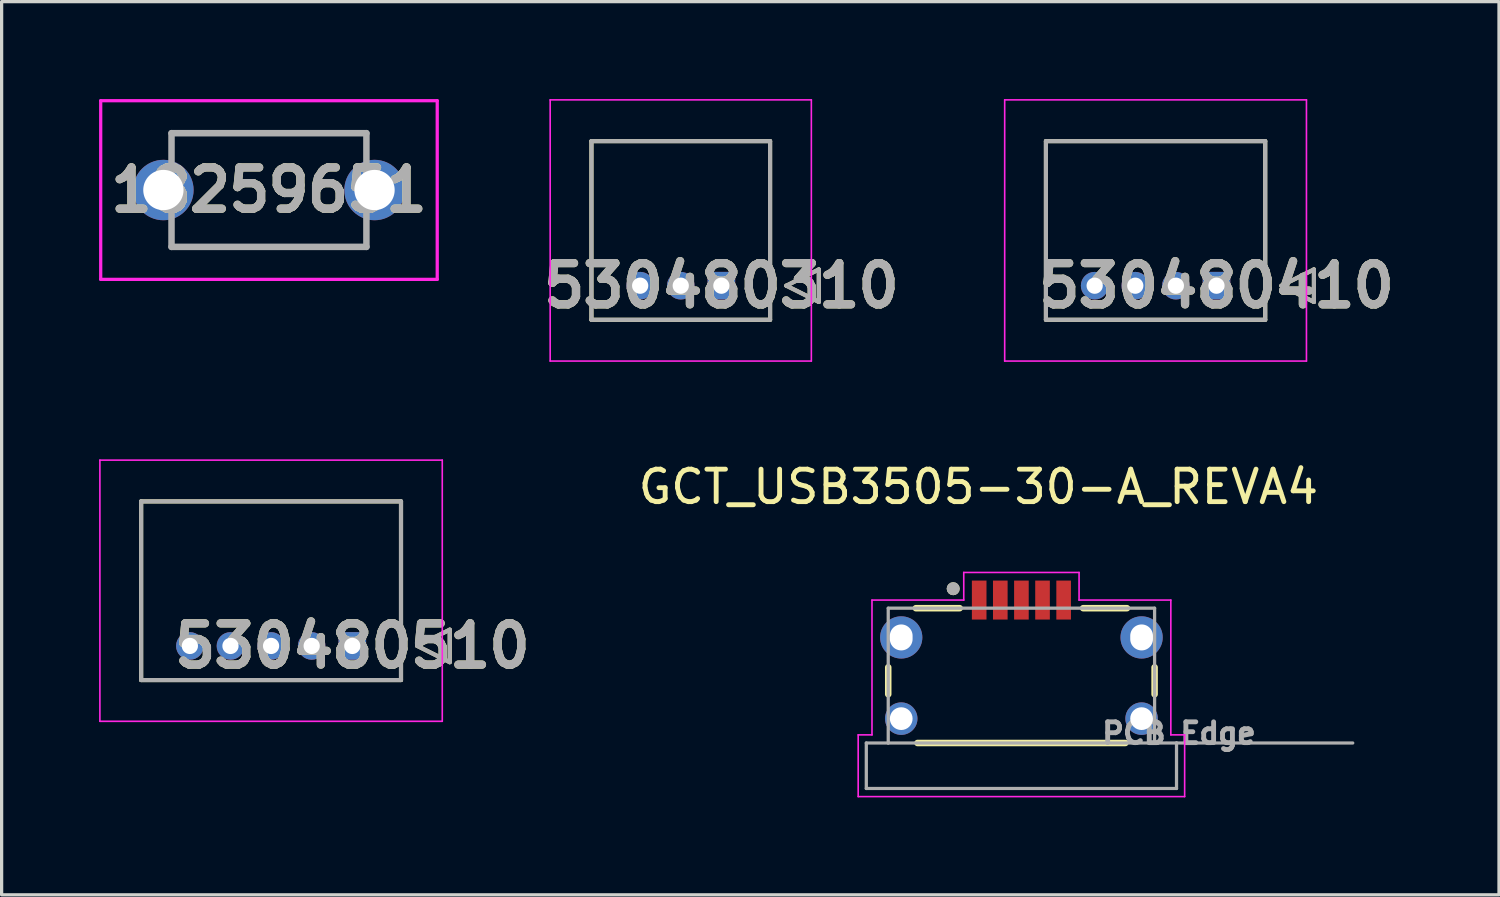
<source format=kicad_pcb>
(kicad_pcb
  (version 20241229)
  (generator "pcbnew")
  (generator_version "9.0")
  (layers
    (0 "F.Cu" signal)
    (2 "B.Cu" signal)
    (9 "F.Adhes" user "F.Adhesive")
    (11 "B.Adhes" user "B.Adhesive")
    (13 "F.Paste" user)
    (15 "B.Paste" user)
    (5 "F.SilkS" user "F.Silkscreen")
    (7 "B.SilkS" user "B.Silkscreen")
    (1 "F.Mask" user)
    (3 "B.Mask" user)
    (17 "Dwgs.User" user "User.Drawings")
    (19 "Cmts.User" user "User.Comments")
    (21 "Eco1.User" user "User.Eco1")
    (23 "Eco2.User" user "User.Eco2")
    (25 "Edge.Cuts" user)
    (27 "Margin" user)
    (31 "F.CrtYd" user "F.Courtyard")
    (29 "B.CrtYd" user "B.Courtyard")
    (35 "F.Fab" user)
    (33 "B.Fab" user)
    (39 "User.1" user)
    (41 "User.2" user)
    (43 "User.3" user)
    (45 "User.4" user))
  (footprint "530480510"
    (layer "F.Cu")
    (at 7.795 16.835)
    (property "Reference" "530480510" (at 0 0 0) (layer "F.SilkS") (effects (font (size 1.27 1.27) (thickness 0.254))))
    (attr through_hole)
    (fp_line (start -6.5 -4.45) (end 1.5 -4.45) (stroke (width 0.127) (type solid)) (layer "F.SilkS"))
    (fp_line (start -6.5 1.05) (end -6.5 -4.45) (stroke (width 0.127) (type solid)) (layer "F.SilkS"))
    (fp_line (start 1.5 -4.45) (end 1.5 1.05) (stroke (width 0.127) (type solid)) (layer "F.SilkS"))
    (fp_line (start 1.5 1.05) (end -6.5 1.05) (stroke (width 0.127) (type solid)) (layer "F.SilkS"))
    (fp_line (start 2 0) (end 3 -0.5) (stroke (width 0.127) (type solid)) (layer "F.SilkS"))
    (fp_line (start 3 -0.5) (end 3 0.5) (stroke (width 0.127) (type solid)) (layer "F.SilkS"))
    (fp_line (start 3 0.5) (end 2 0) (stroke (width 0.127) (type solid)) (layer "F.SilkS"))
    (fp_line (start -7.77 -5.72) (end 2.77 -5.72) (stroke (width 0.05) (type solid)) (layer "F.CrtYd"))
    (fp_line (start -7.77 2.32) (end -7.77 -5.72) (stroke (width 0.05) (type solid)) (layer "F.CrtYd"))
    (fp_line (start 2.77 -5.72) (end 2.77 2.32) (stroke (width 0.05) (type solid)) (layer "F.CrtYd"))
    (fp_line (start 2.77 2.32) (end -7.77 2.32) (stroke (width 0.05) (type solid)) (layer "F.CrtYd"))
    (fp_line (start -6.5 -4.45) (end 1.5 -4.45) (stroke (width 0.127) (type solid)) (layer "F.Fab"))
    (fp_line (start -6.5 1.05) (end -6.5 -4.45) (stroke (width 0.127) (type solid)) (layer "F.Fab"))
    (fp_line (start 1.5 -4.45) (end 1.5 1.05) (stroke (width 0.127) (type solid)) (layer "F.Fab"))
    (fp_line (start 1.5 1.05) (end -6.5 1.05) (stroke (width 0.127) (type solid)) (layer "F.Fab"))
    (fp_line (start 2 0) (end 3 -0.5) (stroke (width 0.127) (type solid)) (layer "F.Fab"))
    (fp_line (start 3 -0.5) (end 3 0.5) (stroke (width 0.127) (type solid)) (layer "F.Fab"))
    (fp_line (start 3 0.5) (end 2 0) (stroke (width 0.127) (type solid)) (layer "F.Fab"))
    (fp_text user "${REFERENCE}" (at 0 0 0) (layer "F.Fab") (effects (font (size 1.27 1.27) (thickness 0.254))))
    (pad "1" thru_hole rect (at 0 0) (size 0.85 0.85) (drill 0.5) (layers "*.Cu" "*.Mask"))
    (pad "2" thru_hole circle (at -1.25 0) (size 0.85 0.85) (drill 0.5) (layers "*.Cu" "*.Mask"))
    (pad "3" thru_hole circle (at -2.5 0) (size 0.85 0.85) (drill 0.5) (layers "*.Cu" "*.Mask"))
    (pad "4" thru_hole circle (at -3.75 0) (size 0.85 0.85) (drill 0.5) (layers "*.Cu" "*.Mask"))
    (pad "5" thru_hole circle (at -5 0) (size 0.85 0.85) (drill 0.5) (layers "*.Cu" "*.Mask")))
  (footprint "GCT_USB3505-30-A_REVA4"
    (layer "F.Cu")
    (at 28.394 16.573)
    (property "Reference" "GCT_USB3505-30-A_REVA4" (at -1.325 -4.635 0) (layer "F.SilkS") (effects (font (size 1 1) (thickness 0.15))))
    (attr smd)
    (fp_line (start -4.1 0.92) (end -4.1 1.75) (stroke (width 0.2) (type solid)) (layer "F.SilkS"))
    (fp_line (start -3.25 -0.9) (end -1.9 -0.9) (stroke (width 0.2) (type solid)) (layer "F.SilkS"))
    (fp_line (start -3.2 3.25) (end 3.2 3.25) (stroke (width 0.2) (type solid)) (layer "F.SilkS"))
    (fp_line (start 1.9 -0.9) (end 3.25 -0.9) (stroke (width 0.2) (type solid)) (layer "F.SilkS"))
    (fp_line (start 4.1 0.92) (end 4.1 1.75) (stroke (width 0.2) (type solid)) (layer "F.SilkS"))
    (fp_circle (center -2.1 -1.5) (end -2 -1.5) (stroke (width 0.2) (type solid)) (fill no) (layer "F.SilkS"))
    (fp_line (start -5.025 3) (end -4.6 3) (stroke (width 0.05) (type solid)) (layer "F.CrtYd"))
    (fp_line (start -5.025 4.9) (end -5.025 3) (stroke (width 0.05) (type solid)) (layer "F.CrtYd"))
    (fp_line (start -4.6 -1.15) (end -1.775 -1.15) (stroke (width 0.05) (type solid)) (layer "F.CrtYd"))
    (fp_line (start -4.6 3) (end -4.6 -1.15) (stroke (width 0.05) (type solid)) (layer "F.CrtYd"))
    (fp_line (start -1.775 -2) (end 1.775 -2) (stroke (width 0.05) (type solid)) (layer "F.CrtYd"))
    (fp_line (start -1.775 -1.15) (end -1.775 -2) (stroke (width 0.05) (type solid)) (layer "F.CrtYd"))
    (fp_line (start 1.775 -2) (end 1.775 -1.15) (stroke (width 0.05) (type solid)) (layer "F.CrtYd"))
    (fp_line (start 1.775 -1.15) (end 4.6 -1.15) (stroke (width 0.05) (type solid)) (layer "F.CrtYd"))
    (fp_line (start 4.6 -1.15) (end 4.6 3) (stroke (width 0.05) (type solid)) (layer "F.CrtYd"))
    (fp_line (start 4.6 3) (end 5.025 3) (stroke (width 0.05) (type solid)) (layer "F.CrtYd"))
    (fp_line (start 5.025 3) (end 5.025 4.9) (stroke (width 0.05) (type solid)) (layer "F.CrtYd"))
    (fp_line (start 5.025 4.9) (end -5.025 4.9) (stroke (width 0.05) (type solid)) (layer "F.CrtYd"))
    (fp_line (start -4.775 3.25) (end -4.1 3.25) (stroke (width 0.1) (type solid)) (layer "F.Fab"))
    (fp_line (start -4.775 4.65) (end -4.775 3.25) (stroke (width 0.1) (type solid)) (layer "F.Fab"))
    (fp_line (start -4.1 -0.9) (end 4.1 -0.9) (stroke (width 0.1) (type solid)) (layer "F.Fab"))
    (fp_line (start -4.1 3.25) (end -4.1 -0.9) (stroke (width 0.1) (type solid)) (layer "F.Fab"))
    (fp_line (start -4.1 3.25) (end 4.1 3.25) (stroke (width 0.1) (type solid)) (layer "F.Fab"))
    (fp_line (start 4.1 -0.9) (end 4.1 3.25) (stroke (width 0.1) (type solid)) (layer "F.Fab"))
    (fp_line (start 4.775 3.25) (end 4.1 3.25) (stroke (width 0.1) (type solid)) (layer "F.Fab"))
    (fp_line (start 4.775 3.25) (end 10.2 3.25) (stroke (width 0.1) (type solid)) (layer "F.Fab"))
    (fp_line (start 4.775 4.65) (end -4.775 4.65) (stroke (width 0.1) (type solid)) (layer "F.Fab"))
    (fp_line (start 4.775 4.65) (end 4.775 3.25) (stroke (width 0.1) (type solid)) (layer "F.Fab"))
    (fp_circle (center -2.1 -1.5) (end -2 -1.5) (stroke (width 0.2) (type solid)) (fill no) (layer "F.Fab"))
    (fp_text user "PCB Edge" (at 4.85 2.95 0) (layer "F.Fab") (effects (font (size 0.64 0.64) (thickness 0.15))))
    (pad "1" smd rect (at -1.3 -1.15) (size 0.45 1.2) (layers "F.Cu" "F.Mask" "F.Paste"))
    (pad "2" smd rect (at -0.65 -1.15) (size 0.45 1.2) (layers "F.Cu" "F.Mask" "F.Paste"))
    (pad "3" smd rect (at 0 -1.15) (size 0.45 1.2) (layers "F.Cu" "F.Mask" "F.Paste"))
    (pad "4" smd rect (at 0.65 -1.15) (size 0.45 1.2) (layers "F.Cu" "F.Mask" "F.Paste"))
    (pad "5" smd rect (at 1.3 -1.15) (size 0.45 1.2) (layers "F.Cu" "F.Mask" "F.Paste"))
    (pad "S1" thru_hole circle (at -3.7 0) (size 1.3 1.3) (drill oval 0.7 0.8) (layers "*.Cu" "*.Mask"))
    (pad "S2" thru_hole circle (at 3.7 0) (size 1.3 1.3) (drill oval 0.7 0.8) (layers "*.Cu" "*.Mask"))
    (pad "S3" thru_hole circle (at -3.7 2.5) (size 1 1) (drill 0.7) (layers "*.Cu" "*.Mask"))
    (pad "S4" thru_hole circle (at 3.7 2.5) (size 1 1) (drill 0.7) (layers "*.Cu" "*.Mask")))
  (footprint "530480310"
    (layer "F.Cu")
    (at 19.157 5.745)
    (property "Reference" "530480310" (at 0 0 0) (layer "F.SilkS") (effects (font (size 1.27 1.27) (thickness 0.254))))
    (attr through_hole)
    (fp_line (start -4 -4.45) (end 1.5 -4.45) (stroke (width 0.127) (type solid)) (layer "F.SilkS"))
    (fp_line (start -4 1.05) (end -4 -4.45) (stroke (width 0.127) (type solid)) (layer "F.SilkS"))
    (fp_line (start 1.5 -4.45) (end 1.5 1.05) (stroke (width 0.127) (type solid)) (layer "F.SilkS"))
    (fp_line (start 1.5 1.05) (end -4 1.05) (stroke (width 0.127) (type solid)) (layer "F.SilkS"))
    (fp_line (start 2 0) (end 3 -0.5) (stroke (width 0.127) (type solid)) (layer "F.SilkS"))
    (fp_line (start 3 -0.5) (end 3 0.5) (stroke (width 0.127) (type solid)) (layer "F.SilkS"))
    (fp_line (start 3 0.5) (end 2 0) (stroke (width 0.127) (type solid)) (layer "F.SilkS"))
    (fp_line (start -5.27 -5.72) (end 2.77 -5.72) (stroke (width 0.05) (type solid)) (layer "F.CrtYd"))
    (fp_line (start -5.27 2.32) (end -5.27 -5.72) (stroke (width 0.05) (type solid)) (layer "F.CrtYd"))
    (fp_line (start 2.77 -5.72) (end 2.77 2.32) (stroke (width 0.05) (type solid)) (layer "F.CrtYd"))
    (fp_line (start 2.77 2.32) (end -5.27 2.32) (stroke (width 0.05) (type solid)) (layer "F.CrtYd"))
    (fp_line (start -4 -4.45) (end 1.5 -4.45) (stroke (width 0.127) (type solid)) (layer "F.Fab"))
    (fp_line (start -4 1.05) (end -4 -4.45) (stroke (width 0.127) (type solid)) (layer "F.Fab"))
    (fp_line (start 1.5 -4.45) (end 1.5 1.05) (stroke (width 0.127) (type solid)) (layer "F.Fab"))
    (fp_line (start 1.5 1.05) (end -4 1.05) (stroke (width 0.127) (type solid)) (layer "F.Fab"))
    (fp_line (start 2 0) (end 3 -0.5) (stroke (width 0.127) (type solid)) (layer "F.Fab"))
    (fp_line (start 3 -0.5) (end 3 0.5) (stroke (width 0.127) (type solid)) (layer "F.Fab"))
    (fp_line (start 3 0.5) (end 2 0) (stroke (width 0.127) (type solid)) (layer "F.Fab"))
    (fp_text user "${REFERENCE}" (at 0 0 0) (layer "F.Fab") (effects (font (size 1.27 1.27) (thickness 0.254))))
    (pad "1" thru_hole rect (at 0 0) (size 0.85 0.85) (drill 0.5) (layers "*.Cu" "*.Mask"))
    (pad "2" thru_hole circle (at -1.25 0) (size 0.85 0.85) (drill 0.5) (layers "*.Cu" "*.Mask"))
    (pad "3" thru_hole circle (at -2.5 0) (size 0.85 0.85) (drill 0.5) (layers "*.Cu" "*.Mask")))
  (footprint "18259651"
    (layer "F.Cu")
    (at 1.98 2.8)
    (property "Reference" "18259651" (at 3.25 0 0) (layer "F.SilkS") (effects (font (size 1.27 1.27) (thickness 0.254))))
    (attr through_hole)
    (fp_line (start 0.25 -1.75) (end 6.25 -1.75) (stroke (width 0.1) (type solid)) (layer "F.SilkS"))
    (fp_line (start 0.25 -1.2) (end 0.25 -1.75) (stroke (width 0.1) (type solid)) (layer "F.SilkS"))
    (fp_line (start 0.25 1.2) (end 0.25 1.75) (stroke (width 0.1) (type solid)) (layer "F.SilkS"))
    (fp_line (start 0.25 1.75) (end 6.25 1.75) (stroke (width 0.1) (type solid)) (layer "F.SilkS"))
    (fp_line (start 6.25 -1.75) (end 6.25 -1.2) (stroke (width 0.1) (type solid)) (layer "F.SilkS"))
    (fp_line (start 6.25 1.75) (end 6.25 1.2) (stroke (width 0.1) (type solid)) (layer "F.SilkS"))
    (fp_line (start -1.93 -2.75) (end 8.43 -2.75) (stroke (width 0.1) (type solid)) (layer "F.CrtYd"))
    (fp_line (start -1.93 2.75) (end -1.93 -2.75) (stroke (width 0.1) (type solid)) (layer "F.CrtYd"))
    (fp_line (start 8.43 -2.75) (end 8.43 2.75) (stroke (width 0.1) (type solid)) (layer "F.CrtYd"))
    (fp_line (start 8.43 2.75) (end -1.93 2.75) (stroke (width 0.1) (type solid)) (layer "F.CrtYd"))
    (fp_line (start 0.25 -1.75) (end 6.25 -1.75) (stroke (width 0.2) (type solid)) (layer "F.Fab"))
    (fp_line (start 0.25 1.75) (end 0.25 -1.75) (stroke (width 0.2) (type solid)) (layer "F.Fab"))
    (fp_line (start 6.25 -1.75) (end 6.25 1.75) (stroke (width 0.2) (type solid)) (layer "F.Fab"))
    (fp_line (start 6.25 1.75) (end 0.25 1.75) (stroke (width 0.2) (type solid)) (layer "F.Fab"))
    (fp_text user "${REFERENCE}" (at 3.25 0 0) (layer "F.Fab") (effects (font (size 1.27 1.27) (thickness 0.254))))
    (pad "1" thru_hole circle (at 0 0) (size 1.86 1.86) (drill 1.24) (layers "*.Cu" "*.Mask"))
    (pad "2" thru_hole circle (at 6.5 0) (size 1.86 1.86) (drill 1.24) (layers "*.Cu" "*.Mask")))
  (footprint "530480410"
    (layer "F.Cu")
    (at 34.399 5.745)
    (property "Reference" "530480410" (at 0 0 0) (layer "F.SilkS") (effects (font (size 1.27 1.27) (thickness 0.254))))
    (attr through_hole)
    (fp_line (start -5.25 -4.45) (end 1.5 -4.45) (stroke (width 0.127) (type solid)) (layer "F.SilkS"))
    (fp_line (start -5.25 1.05) (end -5.25 -4.45) (stroke (width 0.127) (type solid)) (layer "F.SilkS"))
    (fp_line (start 1.5 -4.45) (end 1.5 1.05) (stroke (width 0.127) (type solid)) (layer "F.SilkS"))
    (fp_line (start 1.5 1.05) (end -5.25 1.05) (stroke (width 0.127) (type solid)) (layer "F.SilkS"))
    (fp_line (start 2 0) (end 3 -0.5) (stroke (width 0.127) (type solid)) (layer "F.SilkS"))
    (fp_line (start 3 -0.5) (end 3 0.5) (stroke (width 0.127) (type solid)) (layer "F.SilkS"))
    (fp_line (start 3 0.5) (end 2 0) (stroke (width 0.127) (type solid)) (layer "F.SilkS"))
    (fp_line (start -6.52 -5.72) (end 2.77 -5.72) (stroke (width 0.05) (type solid)) (layer "F.CrtYd"))
    (fp_line (start -6.52 2.32) (end -6.52 -5.72) (stroke (width 0.05) (type solid)) (layer "F.CrtYd"))
    (fp_line (start 2.77 -5.72) (end 2.77 2.32) (stroke (width 0.05) (type solid)) (layer "F.CrtYd"))
    (fp_line (start 2.77 2.32) (end -6.52 2.32) (stroke (width 0.05) (type solid)) (layer "F.CrtYd"))
    (fp_line (start -5.25 -4.45) (end 1.5 -4.45) (stroke (width 0.127) (type solid)) (layer "F.Fab"))
    (fp_line (start -5.25 1.05) (end -5.25 -4.45) (stroke (width 0.127) (type solid)) (layer "F.Fab"))
    (fp_line (start 1.5 -4.45) (end 1.5 1.05) (stroke (width 0.127) (type solid)) (layer "F.Fab"))
    (fp_line (start 1.5 1.05) (end -5.25 1.05) (stroke (width 0.127) (type solid)) (layer "F.Fab"))
    (fp_line (start 2 0) (end 3 -0.5) (stroke (width 0.127) (type solid)) (layer "F.Fab"))
    (fp_line (start 3 -0.5) (end 3 0.5) (stroke (width 0.127) (type solid)) (layer "F.Fab"))
    (fp_line (start 3 0.5) (end 2 0) (stroke (width 0.127) (type solid)) (layer "F.Fab"))
    (fp_text user "${REFERENCE}" (at 0 0 0) (layer "F.Fab") (effects (font (size 1.27 1.27) (thickness 0.254))))
    (pad "1" thru_hole rect (at 0 0) (size 0.85 0.85) (drill 0.5) (layers "*.Cu" "*.Mask"))
    (pad "2" thru_hole circle (at -1.25 0) (size 0.85 0.85) (drill 0.5) (layers "*.Cu" "*.Mask"))
    (pad "3" thru_hole circle (at -2.5 0) (size 0.85 0.85) (drill 0.5) (layers "*.Cu" "*.Mask"))
    (pad "4" thru_hole circle (at -3.75 0) (size 0.85 0.85) (drill 0.5) (layers "*.Cu" "*.Mask")))
  (gr_rect
    (start -3 -3)
    (end 43.096 24.498)
    (stroke (width 0.1) (type default))
    (fill no)
    (layer "Edge.Cuts")))
</source>
